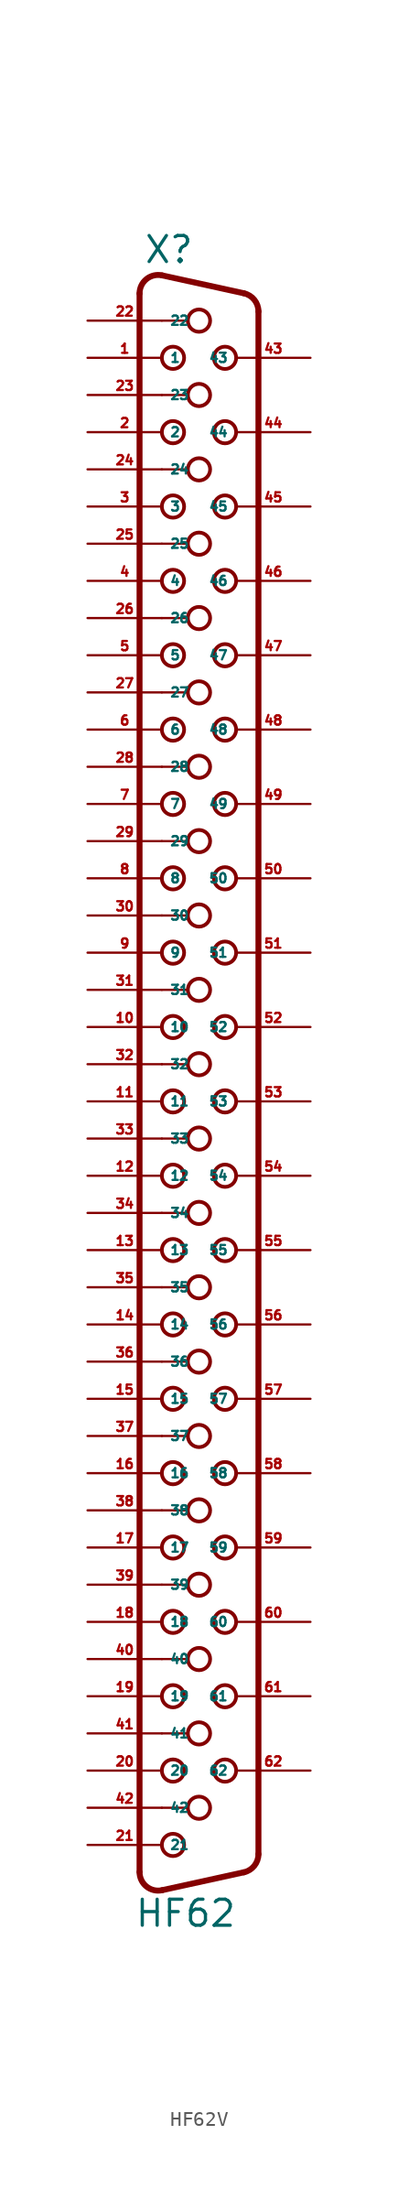
<source format=kicad_sym>
(kicad_symbol_lib
  (version 20220914)
  (generator Eagle2Kicad)
  (symbol "HF62V"
    (property "Reference" "X"
      (at -3.81 52.07 0)
      (effects (font (size 1.778 1.778) (thickness 0.22)) (justify left bottom)))
    (property "Value" "HF62"
      (at -4.445 -61.595 0)
      (effects (font (size 1.778 1.778) (thickness 0.22)) (justify left bottom)))
    (arc
      (start -2.5226 51.352)
      (mid -3.590 51.101)
      (end -4.064 50.1112)
      (stroke (width 0.4064) (type default))
      (fill (type none)))
    (polyline
      (pts (xy -2.523 51.352) (xy 3.065 50.129))
      (stroke (width 0.406) (type default))
      (fill (type none)))
    (arc
      (start 4.0642 48.8888)
      (mid 3.783 49.685)
      (end 3.0654 50.1295)
      (stroke (width 0.4064) (type default))
      (fill (type none)))
    (polyline
      (pts (xy 4.064 -56.509) (xy 4.064 48.889))
      (stroke (width 0.406) (type default))
      (fill (type none)))
    (arc
      (start 3.0654 -57.7494)
      (mid 3.783 -57.305)
      (end 4.064 -56.5088)
      (stroke (width 0.4064) (type default))
      (fill (type none)))
    (polyline
      (pts (xy -4.064 -57.731) (xy -4.064 50.111))
      (stroke (width 0.406) (type default))
      (fill (type none)))
    (polyline
      (pts (xy -2.523 -58.972) (xy 3.065 -57.749))
      (stroke (width 0.406) (type default))
      (fill (type none)))
    (arc
      (start -4.064 -57.7312)
      (mid -3.590 -58.721)
      (end -2.5226 -58.9719)
      (stroke (width 0.4064) (type default))
      (fill (type none)))
    (polyline
      (pts (xy -2.54 48.26) (xy -0.762 48.26))
      (stroke (width 0.152) (type default))
      (fill (type none)))
    (polyline
      (pts (xy -2.54 43.18) (xy -0.762 43.18))
      (stroke (width 0.152) (type default))
      (fill (type none)))
    (polyline
      (pts (xy -2.54 38.1) (xy -0.762 38.1))
      (stroke (width 0.152) (type default))
      (fill (type none)))
    (polyline
      (pts (xy -2.54 33.02) (xy -0.762 33.02))
      (stroke (width 0.152) (type default))
      (fill (type none)))
    (polyline
      (pts (xy -2.54 27.94) (xy -0.762 27.94))
      (stroke (width 0.152) (type default))
      (fill (type none)))
    (polyline
      (pts (xy -2.54 22.86) (xy -0.762 22.86))
      (stroke (width 0.152) (type default))
      (fill (type none)))
    (polyline
      (pts (xy -2.54 17.78) (xy -0.762 17.78))
      (stroke (width 0.152) (type default))
      (fill (type none)))
    (polyline
      (pts (xy -2.54 12.7) (xy -0.762 12.7))
      (stroke (width 0.152) (type default))
      (fill (type none)))
    (polyline
      (pts (xy -2.54 7.62) (xy -0.762 7.62))
      (stroke (width 0.152) (type default))
      (fill (type none)))
    (polyline
      (pts (xy -2.54 -2.54) (xy -0.762 -2.54))
      (stroke (width 0.152) (type default))
      (fill (type none)))
    (polyline
      (pts (xy -2.54 -7.62) (xy -0.762 -7.62))
      (stroke (width 0.152) (type default))
      (fill (type none)))
    (polyline
      (pts (xy -2.54 -12.7) (xy -0.762 -12.7))
      (stroke (width 0.152) (type default))
      (fill (type none)))
    (polyline
      (pts (xy -2.54 -17.78) (xy -0.762 -17.78))
      (stroke (width 0.152) (type default))
      (fill (type none)))
    (polyline
      (pts (xy -2.54 -22.86) (xy -0.762 -22.86))
      (stroke (width 0.152) (type default))
      (fill (type none)))
    (polyline
      (pts (xy -2.54 2.54) (xy -0.762 2.54))
      (stroke (width 0.152) (type default))
      (fill (type none)))
    (polyline
      (pts (xy -2.54 -33.02) (xy -0.762 -33.02))
      (stroke (width 0.152) (type default))
      (fill (type none)))
    (polyline
      (pts (xy -2.54 -38.1) (xy -0.762 -38.1))
      (stroke (width 0.152) (type default))
      (fill (type none)))
    (polyline
      (pts (xy -2.54 -43.18) (xy -0.762 -43.18))
      (stroke (width 0.152) (type default))
      (fill (type none)))
    (polyline
      (pts (xy -2.54 -48.26) (xy -0.762 -48.26))
      (stroke (width 0.152) (type default))
      (fill (type none)))
    (polyline
      (pts (xy -2.54 -53.34) (xy -0.762 -53.34))
      (stroke (width 0.152) (type default))
      (fill (type none)))
    (polyline
      (pts (xy -2.54 -27.94) (xy -0.762 -27.94))
      (stroke (width 0.152) (type default))
      (fill (type none)))
    (circle
      (center 0 48.26)
      (radius 0.762)
      (stroke (width 0.254) (type default))
      (fill (type none)))
    (circle
      (center -1.778 45.72)
      (radius 0.762)
      (stroke (width 0.254) (type default))
      (fill (type none)))
    (circle
      (center 1.778 45.72)
      (radius 0.762)
      (stroke (width 0.254) (type default))
      (fill (type none)))
    (circle
      (center -1.778 40.64)
      (radius 0.762)
      (stroke (width 0.254) (type default))
      (fill (type none)))
    (circle
      (center 1.778 40.64)
      (radius 0.762)
      (stroke (width 0.254) (type default))
      (fill (type none)))
    (circle
      (center -1.778 35.56)
      (radius 0.762)
      (stroke (width 0.254) (type default))
      (fill (type none)))
    (circle
      (center 1.778 35.56)
      (radius 0.762)
      (stroke (width 0.254) (type default))
      (fill (type none)))
    (circle
      (center -1.778 30.48)
      (radius 0.762)
      (stroke (width 0.254) (type default))
      (fill (type none)))
    (circle
      (center 1.778 30.48)
      (radius 0.762)
      (stroke (width 0.254) (type default))
      (fill (type none)))
    (circle
      (center -1.778 25.4)
      (radius 0.762)
      (stroke (width 0.254) (type default))
      (fill (type none)))
    (circle
      (center 0 43.18)
      (radius 0.762)
      (stroke (width 0.254) (type default))
      (fill (type none)))
    (circle
      (center 0 38.1)
      (radius 0.762)
      (stroke (width 0.254) (type default))
      (fill (type none)))
    (circle
      (center 0 33.02)
      (radius 0.762)
      (stroke (width 0.254) (type default))
      (fill (type none)))
    (circle
      (center 0 27.94)
      (radius 0.762)
      (stroke (width 0.254) (type default))
      (fill (type none)))
    (circle
      (center 0 22.86)
      (radius 0.762)
      (stroke (width 0.254) (type default))
      (fill (type none)))
    (circle
      (center 1.778 25.4)
      (radius 0.762)
      (stroke (width 0.254) (type default))
      (fill (type none)))
    (circle
      (center -1.778 20.32)
      (radius 0.762)
      (stroke (width 0.254) (type default))
      (fill (type none)))
    (circle
      (center 1.778 20.32)
      (radius 0.762)
      (stroke (width 0.254) (type default))
      (fill (type none)))
    (circle
      (center -1.778 15.24)
      (radius 0.762)
      (stroke (width 0.254) (type default))
      (fill (type none)))
    (circle
      (center 1.778 15.24)
      (radius 0.762)
      (stroke (width 0.254) (type default))
      (fill (type none)))
    (circle
      (center -1.778 10.16)
      (radius 0.762)
      (stroke (width 0.254) (type default))
      (fill (type none)))
    (circle
      (center 1.778 10.16)
      (radius 0.762)
      (stroke (width 0.254) (type default))
      (fill (type none)))
    (circle
      (center -1.778 5.08)
      (radius 0.762)
      (stroke (width 0.254) (type default))
      (fill (type none)))
    (circle
      (center 0 17.78)
      (radius 0.762)
      (stroke (width 0.254) (type default))
      (fill (type none)))
    (circle
      (center 0 12.7)
      (radius 0.762)
      (stroke (width 0.254) (type default))
      (fill (type none)))
    (circle
      (center 0 7.62)
      (radius 0.762)
      (stroke (width 0.254) (type default))
      (fill (type none)))
    (circle
      (center 1.778 5.08)
      (radius 0.762)
      (stroke (width 0.254) (type default))
      (fill (type none)))
    (circle
      (center -1.778 0)
      (radius 0.762)
      (stroke (width 0.254) (type default))
      (fill (type none)))
    (circle
      (center 1.778 0)
      (radius 0.762)
      (stroke (width 0.254) (type default))
      (fill (type none)))
    (circle
      (center -1.778 -5.08)
      (radius 0.762)
      (stroke (width 0.254) (type default))
      (fill (type none)))
    (circle
      (center 1.778 -5.08)
      (radius 0.762)
      (stroke (width 0.254) (type default))
      (fill (type none)))
    (circle
      (center -1.778 -10.16)
      (radius 0.762)
      (stroke (width 0.254) (type default))
      (fill (type none)))
    (circle
      (center 1.778 -10.16)
      (radius 0.762)
      (stroke (width 0.254) (type default))
      (fill (type none)))
    (circle
      (center -1.778 -15.24)
      (radius 0.762)
      (stroke (width 0.254) (type default))
      (fill (type none)))
    (circle
      (center 0 -2.54)
      (radius 0.762)
      (stroke (width 0.254) (type default))
      (fill (type none)))
    (circle
      (center 0 -7.62)
      (radius 0.762)
      (stroke (width 0.254) (type default))
      (fill (type none)))
    (circle
      (center 0 -12.7)
      (radius 0.762)
      (stroke (width 0.254) (type default))
      (fill (type none)))
    (circle
      (center 0 -17.78)
      (radius 0.762)
      (stroke (width 0.254) (type default))
      (fill (type none)))
    (circle
      (center 1.778 -15.24)
      (radius 0.762)
      (stroke (width 0.254) (type default))
      (fill (type none)))
    (circle
      (center -1.778 -20.32)
      (radius 0.762)
      (stroke (width 0.254) (type default))
      (fill (type none)))
    (circle
      (center 1.778 -20.32)
      (radius 0.762)
      (stroke (width 0.254) (type default))
      (fill (type none)))
    (circle
      (center -1.778 -25.4)
      (radius 0.762)
      (stroke (width 0.254) (type default))
      (fill (type none)))
    (circle
      (center 0 -22.86)
      (radius 0.762)
      (stroke (width 0.254) (type default))
      (fill (type none)))
    (circle
      (center 0 2.54)
      (radius 0.762)
      (stroke (width 0.254) (type default))
      (fill (type none)))
    (circle
      (center 1.778 -25.4)
      (radius 0.762)
      (stroke (width 0.254) (type default))
      (fill (type none)))
    (circle
      (center -1.778 -30.48)
      (radius 0.762)
      (stroke (width 0.254) (type default))
      (fill (type none)))
    (circle
      (center 1.778 -30.48)
      (radius 0.762)
      (stroke (width 0.254) (type default))
      (fill (type none)))
    (circle
      (center -1.778 -35.56)
      (radius 0.762)
      (stroke (width 0.254) (type default))
      (fill (type none)))
    (circle
      (center 1.778 -35.56)
      (radius 0.762)
      (stroke (width 0.254) (type default))
      (fill (type none)))
    (circle
      (center -1.778 -40.64)
      (radius 0.762)
      (stroke (width 0.254) (type default))
      (fill (type none)))
    (circle
      (center 1.778 -40.64)
      (radius 0.762)
      (stroke (width 0.254) (type default))
      (fill (type none)))
    (circle
      (center -1.778 -45.72)
      (radius 0.762)
      (stroke (width 0.254) (type default))
      (fill (type none)))
    (circle
      (center 0 -33.02)
      (radius 0.762)
      (stroke (width 0.254) (type default))
      (fill (type none)))
    (circle
      (center 0 -38.1)
      (radius 0.762)
      (stroke (width 0.254) (type default))
      (fill (type none)))
    (circle
      (center 0 -43.18)
      (radius 0.762)
      (stroke (width 0.254) (type default))
      (fill (type none)))
    (circle
      (center 0 -48.26)
      (radius 0.762)
      (stroke (width 0.254) (type default))
      (fill (type none)))
    (circle
      (center 1.778 -45.72)
      (radius 0.762)
      (stroke (width 0.254) (type default))
      (fill (type none)))
    (circle
      (center -1.778 -50.8)
      (radius 0.762)
      (stroke (width 0.254) (type default))
      (fill (type none)))
    (circle
      (center 1.778 -50.8)
      (radius 0.762)
      (stroke (width 0.254) (type default))
      (fill (type none)))
    (circle
      (center -1.778 -55.88)
      (radius 0.762)
      (stroke (width 0.254) (type default))
      (fill (type none)))
    (circle
      (center 0 -53.34)
      (radius 0.762)
      (stroke (width 0.254) (type default))
      (fill (type none)))
    (circle
      (center 0 -27.94)
      (radius 0.762)
      (stroke (width 0.254) (type default))
      (fill (type none)))
    (pin passive line
      (at -7.62 45.72 0)
      (length 5.08)
      (name "1" (effects (font (size 0.635 0.635) (thickness 0.08)) (justify left bottom)))
      (number "1" (effects (font (size 0.635 0.635) (thickness 0.08)) (justify left bottom))))
    (pin passive line
      (at -7.62 40.64 0)
      (length 5.08)
      (name "2" (effects (font (size 0.635 0.635) (thickness 0.08)) (justify left bottom)))
      (number "2" (effects (font (size 0.635 0.635) (thickness 0.08)) (justify left bottom))))
    (pin passive line
      (at -7.62 35.56 0)
      (length 5.08)
      (name "3" (effects (font (size 0.635 0.635) (thickness 0.08)) (justify left bottom)))
      (number "3" (effects (font (size 0.635 0.635) (thickness 0.08)) (justify left bottom))))
    (pin passive line
      (at -7.62 30.48 0)
      (length 5.08)
      (name "4" (effects (font (size 0.635 0.635) (thickness 0.08)) (justify left bottom)))
      (number "4" (effects (font (size 0.635 0.635) (thickness 0.08)) (justify left bottom))))
    (pin passive line
      (at -7.62 25.4 0)
      (length 5.08)
      (name "5" (effects (font (size 0.635 0.635) (thickness 0.08)) (justify left bottom)))
      (number "5" (effects (font (size 0.635 0.635) (thickness 0.08)) (justify left bottom))))
    (pin passive line
      (at -7.62 20.32 0)
      (length 5.08)
      (name "6" (effects (font (size 0.635 0.635) (thickness 0.08)) (justify left bottom)))
      (number "6" (effects (font (size 0.635 0.635) (thickness 0.08)) (justify left bottom))))
    (pin passive line
      (at -7.62 15.24 0)
      (length 5.08)
      (name "7" (effects (font (size 0.635 0.635) (thickness 0.08)) (justify left bottom)))
      (number "7" (effects (font (size 0.635 0.635) (thickness 0.08)) (justify left bottom))))
    (pin passive line
      (at -7.62 10.16 0)
      (length 5.08)
      (name "8" (effects (font (size 0.635 0.635) (thickness 0.08)) (justify left bottom)))
      (number "8" (effects (font (size 0.635 0.635) (thickness 0.08)) (justify left bottom))))
    (pin passive line
      (at -7.62 5.08 0)
      (length 5.08)
      (name "9" (effects (font (size 0.635 0.635) (thickness 0.08)) (justify left bottom)))
      (number "9" (effects (font (size 0.635 0.635) (thickness 0.08)) (justify left bottom))))
    (pin passive line
      (at -7.62 0 0)
      (length 5.08)
      (name "10" (effects (font (size 0.635 0.635) (thickness 0.08)) (justify left bottom)))
      (number "10" (effects (font (size 0.635 0.635) (thickness 0.08)) (justify left bottom))))
    (pin passive line
      (at -7.62 -5.08 0)
      (length 5.08)
      (name "11" (effects (font (size 0.635 0.635) (thickness 0.08)) (justify left bottom)))
      (number "11" (effects (font (size 0.635 0.635) (thickness 0.08)) (justify left bottom))))
    (pin passive line
      (at -7.62 -10.16 0)
      (length 5.08)
      (name "12" (effects (font (size 0.635 0.635) (thickness 0.08)) (justify left bottom)))
      (number "12" (effects (font (size 0.635 0.635) (thickness 0.08)) (justify left bottom))))
    (pin passive line
      (at -7.62 -15.24 0)
      (length 5.08)
      (name "13" (effects (font (size 0.635 0.635) (thickness 0.08)) (justify left bottom)))
      (number "13" (effects (font (size 0.635 0.635) (thickness 0.08)) (justify left bottom))))
    (pin passive line
      (at -7.62 -20.32 0)
      (length 5.08)
      (name "14" (effects (font (size 0.635 0.635) (thickness 0.08)) (justify left bottom)))
      (number "14" (effects (font (size 0.635 0.635) (thickness 0.08)) (justify left bottom))))
    (pin passive line
      (at -7.62 -25.4 0)
      (length 5.08)
      (name "15" (effects (font (size 0.635 0.635) (thickness 0.08)) (justify left bottom)))
      (number "15" (effects (font (size 0.635 0.635) (thickness 0.08)) (justify left bottom))))
    (pin passive line
      (at -7.62 -30.48 0)
      (length 5.08)
      (name "16" (effects (font (size 0.635 0.635) (thickness 0.08)) (justify left bottom)))
      (number "16" (effects (font (size 0.635 0.635) (thickness 0.08)) (justify left bottom))))
    (pin passive line
      (at -7.62 -35.56 0)
      (length 5.08)
      (name "17" (effects (font (size 0.635 0.635) (thickness 0.08)) (justify left bottom)))
      (number "17" (effects (font (size 0.635 0.635) (thickness 0.08)) (justify left bottom))))
    (pin passive line
      (at -7.62 -40.64 0)
      (length 5.08)
      (name "18" (effects (font (size 0.635 0.635) (thickness 0.08)) (justify left bottom)))
      (number "18" (effects (font (size 0.635 0.635) (thickness 0.08)) (justify left bottom))))
    (pin passive line
      (at -7.62 -45.72 0)
      (length 5.08)
      (name "19" (effects (font (size 0.635 0.635) (thickness 0.08)) (justify left bottom)))
      (number "19" (effects (font (size 0.635 0.635) (thickness 0.08)) (justify left bottom))))
    (pin passive line
      (at -7.62 -50.8 0)
      (length 5.08)
      (name "20" (effects (font (size 0.635 0.635) (thickness 0.08)) (justify left bottom)))
      (number "20" (effects (font (size 0.635 0.635) (thickness 0.08)) (justify left bottom))))
    (pin passive line
      (at -7.62 -55.88 0)
      (length 5.08)
      (name "21" (effects (font (size 0.635 0.635) (thickness 0.08)) (justify left bottom)))
      (number "21" (effects (font (size 0.635 0.635) (thickness 0.08)) (justify left bottom))))
    (pin passive line
      (at -7.62 48.26 0)
      (length 5.08)
      (name "22" (effects (font (size 0.635 0.635) (thickness 0.08)) (justify left bottom)))
      (number "22" (effects (font (size 0.635 0.635) (thickness 0.08)) (justify left bottom))))
    (pin passive line
      (at -7.62 43.18 0)
      (length 5.08)
      (name "23" (effects (font (size 0.635 0.635) (thickness 0.08)) (justify left bottom)))
      (number "23" (effects (font (size 0.635 0.635) (thickness 0.08)) (justify left bottom))))
    (pin passive line
      (at -7.62 38.1 0)
      (length 5.08)
      (name "24" (effects (font (size 0.635 0.635) (thickness 0.08)) (justify left bottom)))
      (number "24" (effects (font (size 0.635 0.635) (thickness 0.08)) (justify left bottom))))
    (pin passive line
      (at -7.62 33.02 0)
      (length 5.08)
      (name "25" (effects (font (size 0.635 0.635) (thickness 0.08)) (justify left bottom)))
      (number "25" (effects (font (size 0.635 0.635) (thickness 0.08)) (justify left bottom))))
    (pin passive line
      (at -7.62 27.94 0)
      (length 5.08)
      (name "26" (effects (font (size 0.635 0.635) (thickness 0.08)) (justify left bottom)))
      (number "26" (effects (font (size 0.635 0.635) (thickness 0.08)) (justify left bottom))))
    (pin passive line
      (at -7.62 22.86 0)
      (length 5.08)
      (name "27" (effects (font (size 0.635 0.635) (thickness 0.08)) (justify left bottom)))
      (number "27" (effects (font (size 0.635 0.635) (thickness 0.08)) (justify left bottom))))
    (pin passive line
      (at -7.62 17.78 0)
      (length 5.08)
      (name "28" (effects (font (size 0.635 0.635) (thickness 0.08)) (justify left bottom)))
      (number "28" (effects (font (size 0.635 0.635) (thickness 0.08)) (justify left bottom))))
    (pin passive line
      (at -7.62 12.7 0)
      (length 5.08)
      (name "29" (effects (font (size 0.635 0.635) (thickness 0.08)) (justify left bottom)))
      (number "29" (effects (font (size 0.635 0.635) (thickness 0.08)) (justify left bottom))))
    (pin passive line
      (at -7.62 7.62 0)
      (length 5.08)
      (name "30" (effects (font (size 0.635 0.635) (thickness 0.08)) (justify left bottom)))
      (number "30" (effects (font (size 0.635 0.635) (thickness 0.08)) (justify left bottom))))
    (pin passive line
      (at -7.62 2.54 0)
      (length 5.08)
      (name "31" (effects (font (size 0.635 0.635) (thickness 0.08)) (justify left bottom)))
      (number "31" (effects (font (size 0.635 0.635) (thickness 0.08)) (justify left bottom))))
    (pin passive line
      (at -7.62 -2.54 0)
      (length 5.08)
      (name "32" (effects (font (size 0.635 0.635) (thickness 0.08)) (justify left bottom)))
      (number "32" (effects (font (size 0.635 0.635) (thickness 0.08)) (justify left bottom))))
    (pin passive line
      (at -7.62 -7.62 0)
      (length 5.08)
      (name "33" (effects (font (size 0.635 0.635) (thickness 0.08)) (justify left bottom)))
      (number "33" (effects (font (size 0.635 0.635) (thickness 0.08)) (justify left bottom))))
    (pin passive line
      (at -7.62 -12.7 0)
      (length 5.08)
      (name "34" (effects (font (size 0.635 0.635) (thickness 0.08)) (justify left bottom)))
      (number "34" (effects (font (size 0.635 0.635) (thickness 0.08)) (justify left bottom))))
    (pin passive line
      (at -7.62 -17.78 0)
      (length 5.08)
      (name "35" (effects (font (size 0.635 0.635) (thickness 0.08)) (justify left bottom)))
      (number "35" (effects (font (size 0.635 0.635) (thickness 0.08)) (justify left bottom))))
    (pin passive line
      (at -7.62 -22.86 0)
      (length 5.08)
      (name "36" (effects (font (size 0.635 0.635) (thickness 0.08)) (justify left bottom)))
      (number "36" (effects (font (size 0.635 0.635) (thickness 0.08)) (justify left bottom))))
    (pin passive line
      (at -7.62 -27.94 0)
      (length 5.08)
      (name "37" (effects (font (size 0.635 0.635) (thickness 0.08)) (justify left bottom)))
      (number "37" (effects (font (size 0.635 0.635) (thickness 0.08)) (justify left bottom))))
    (pin passive line
      (at -7.62 -33.02 0)
      (length 5.08)
      (name "38" (effects (font (size 0.635 0.635) (thickness 0.08)) (justify left bottom)))
      (number "38" (effects (font (size 0.635 0.635) (thickness 0.08)) (justify left bottom))))
    (pin passive line
      (at -7.62 -38.1 0)
      (length 5.08)
      (name "39" (effects (font (size 0.635 0.635) (thickness 0.08)) (justify left bottom)))
      (number "39" (effects (font (size 0.635 0.635) (thickness 0.08)) (justify left bottom))))
    (pin passive line
      (at -7.62 -43.18 0)
      (length 5.08)
      (name "40" (effects (font (size 0.635 0.635) (thickness 0.08)) (justify left bottom)))
      (number "40" (effects (font (size 0.635 0.635) (thickness 0.08)) (justify left bottom))))
    (pin passive line
      (at -7.62 -48.26 0)
      (length 5.08)
      (name "41" (effects (font (size 0.635 0.635) (thickness 0.08)) (justify left bottom)))
      (number "41" (effects (font (size 0.635 0.635) (thickness 0.08)) (justify left bottom))))
    (pin passive line
      (at -7.62 -53.34 0)
      (length 5.08)
      (name "42" (effects (font (size 0.635 0.635) (thickness 0.08)) (justify left bottom)))
      (number "42" (effects (font (size 0.635 0.635) (thickness 0.08)) (justify left bottom))))
    (pin passive line
      (at 7.62 45.72 180)
      (length 5.08)
      (name "43" (effects (font (size 0.635 0.635) (thickness 0.08)) (justify left bottom)))
      (number "43" (effects (font (size 0.635 0.635) (thickness 0.08)) (justify left bottom))))
    (pin passive line
      (at 7.62 40.64 180)
      (length 5.08)
      (name "44" (effects (font (size 0.635 0.635) (thickness 0.08)) (justify left bottom)))
      (number "44" (effects (font (size 0.635 0.635) (thickness 0.08)) (justify left bottom))))
    (pin passive line
      (at 7.62 35.56 180)
      (length 5.08)
      (name "45" (effects (font (size 0.635 0.635) (thickness 0.08)) (justify left bottom)))
      (number "45" (effects (font (size 0.635 0.635) (thickness 0.08)) (justify left bottom))))
    (pin passive line
      (at 7.62 30.48 180)
      (length 5.08)
      (name "46" (effects (font (size 0.635 0.635) (thickness 0.08)) (justify left bottom)))
      (number "46" (effects (font (size 0.635 0.635) (thickness 0.08)) (justify left bottom))))
    (pin passive line
      (at 7.62 25.4 180)
      (length 5.08)
      (name "47" (effects (font (size 0.635 0.635) (thickness 0.08)) (justify left bottom)))
      (number "47" (effects (font (size 0.635 0.635) (thickness 0.08)) (justify left bottom))))
    (pin passive line
      (at 7.62 20.32 180)
      (length 5.08)
      (name "48" (effects (font (size 0.635 0.635) (thickness 0.08)) (justify left bottom)))
      (number "48" (effects (font (size 0.635 0.635) (thickness 0.08)) (justify left bottom))))
    (pin passive line
      (at 7.62 15.24 180)
      (length 5.08)
      (name "49" (effects (font (size 0.635 0.635) (thickness 0.08)) (justify left bottom)))
      (number "49" (effects (font (size 0.635 0.635) (thickness 0.08)) (justify left bottom))))
    (pin passive line
      (at 7.62 10.16 180)
      (length 5.08)
      (name "50" (effects (font (size 0.635 0.635) (thickness 0.08)) (justify left bottom)))
      (number "50" (effects (font (size 0.635 0.635) (thickness 0.08)) (justify left bottom))))
    (pin passive line
      (at 7.62 5.08 180)
      (length 5.08)
      (name "51" (effects (font (size 0.635 0.635) (thickness 0.08)) (justify left bottom)))
      (number "51" (effects (font (size 0.635 0.635) (thickness 0.08)) (justify left bottom))))
    (pin passive line
      (at 7.62 0 180)
      (length 5.08)
      (name "52" (effects (font (size 0.635 0.635) (thickness 0.08)) (justify left bottom)))
      (number "52" (effects (font (size 0.635 0.635) (thickness 0.08)) (justify left bottom))))
    (pin passive line
      (at 7.62 -5.08 180)
      (length 5.08)
      (name "53" (effects (font (size 0.635 0.635) (thickness 0.08)) (justify left bottom)))
      (number "53" (effects (font (size 0.635 0.635) (thickness 0.08)) (justify left bottom))))
    (pin passive line
      (at 7.62 -10.16 180)
      (length 5.08)
      (name "54" (effects (font (size 0.635 0.635) (thickness 0.08)) (justify left bottom)))
      (number "54" (effects (font (size 0.635 0.635) (thickness 0.08)) (justify left bottom))))
    (pin passive line
      (at 7.62 -15.24 180)
      (length 5.08)
      (name "55" (effects (font (size 0.635 0.635) (thickness 0.08)) (justify left bottom)))
      (number "55" (effects (font (size 0.635 0.635) (thickness 0.08)) (justify left bottom))))
    (pin passive line
      (at 7.62 -20.32 180)
      (length 5.08)
      (name "56" (effects (font (size 0.635 0.635) (thickness 0.08)) (justify left bottom)))
      (number "56" (effects (font (size 0.635 0.635) (thickness 0.08)) (justify left bottom))))
    (pin passive line
      (at 7.62 -25.4 180)
      (length 5.08)
      (name "57" (effects (font (size 0.635 0.635) (thickness 0.08)) (justify left bottom)))
      (number "57" (effects (font (size 0.635 0.635) (thickness 0.08)) (justify left bottom))))
    (pin passive line
      (at 7.62 -30.48 180)
      (length 5.08)
      (name "58" (effects (font (size 0.635 0.635) (thickness 0.08)) (justify left bottom)))
      (number "58" (effects (font (size 0.635 0.635) (thickness 0.08)) (justify left bottom))))
    (pin passive line
      (at 7.62 -35.56 180)
      (length 5.08)
      (name "59" (effects (font (size 0.635 0.635) (thickness 0.08)) (justify left bottom)))
      (number "59" (effects (font (size 0.635 0.635) (thickness 0.08)) (justify left bottom))))
    (pin passive line
      (at 7.62 -40.64 180)
      (length 5.08)
      (name "60" (effects (font (size 0.635 0.635) (thickness 0.08)) (justify left bottom)))
      (number "60" (effects (font (size 0.635 0.635) (thickness 0.08)) (justify left bottom))))
    (pin passive line
      (at 7.62 -45.72 180)
      (length 5.08)
      (name "61" (effects (font (size 0.635 0.635) (thickness 0.08)) (justify left bottom)))
      (number "61" (effects (font (size 0.635 0.635) (thickness 0.08)) (justify left bottom))))
    (pin passive line
      (at 7.62 -50.8 180)
      (length 5.08)
      (name "62" (effects (font (size 0.635 0.635) (thickness 0.08)) (justify left bottom)))
      (number "62" (effects (font (size 0.635 0.635) (thickness 0.08)) (justify left bottom))))))
</source>
